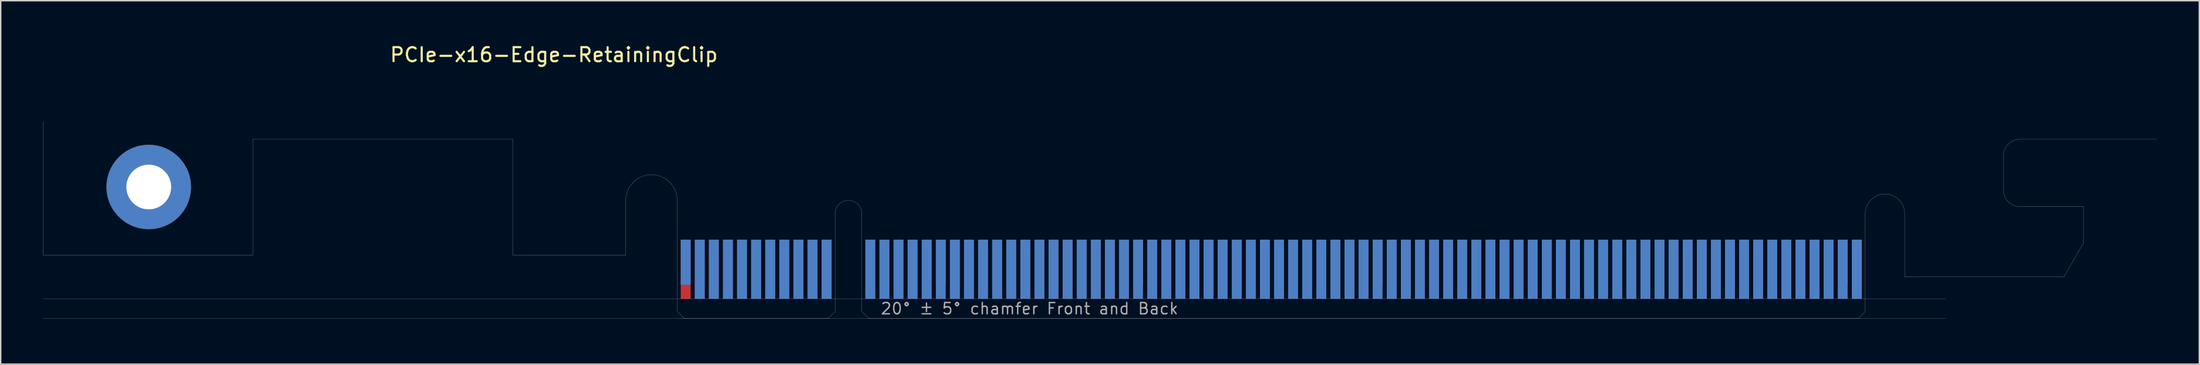
<source format=kicad_pcb>
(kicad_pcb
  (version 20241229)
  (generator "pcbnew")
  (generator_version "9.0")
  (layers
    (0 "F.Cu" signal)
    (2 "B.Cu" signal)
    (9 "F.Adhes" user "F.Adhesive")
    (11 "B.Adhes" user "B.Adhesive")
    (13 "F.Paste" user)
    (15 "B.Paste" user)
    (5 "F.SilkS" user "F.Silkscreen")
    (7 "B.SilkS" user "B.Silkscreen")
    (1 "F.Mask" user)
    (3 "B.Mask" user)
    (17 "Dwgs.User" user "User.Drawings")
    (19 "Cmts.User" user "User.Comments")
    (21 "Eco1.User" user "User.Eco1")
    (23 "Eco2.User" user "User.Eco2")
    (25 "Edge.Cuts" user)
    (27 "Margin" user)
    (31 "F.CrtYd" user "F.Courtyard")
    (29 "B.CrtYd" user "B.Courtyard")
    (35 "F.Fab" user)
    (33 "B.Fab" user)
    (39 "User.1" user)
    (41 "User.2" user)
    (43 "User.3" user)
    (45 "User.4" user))
  (footprint "PCIe-x16-Edge-RetainingClip"
    (layer "F.Cu")
    (at 45.005 19.598)
    (property "Reference" "PCIe-x16-Edge-RetainingClip" (at -8.75 -18.75 0) (layer "F.SilkS") (effects (font (size 1 1) (thickness 0.15))))
    (attr smd)
    (fp_poly (pts (xy -3.65 -4.5) (xy -11.65 -4.5) (xy -11.65 -7.95) (xy -3.65 -7.95)) (stroke (width 0.1) (type solid)) (fill yes) (layer "F.Mask"))
    (fp_poly (pts (xy 11.2 -5.45) (xy 0 -5.45) (xy 0 0) (xy 11.2 0)) (stroke (width 0.1) (type solid)) (fill yes) (layer "F.Mask"))
    (fp_poly (pts (xy 84.3 -5.45) (xy 13.1 -5.45) (xy 13.1 0) (xy 84.3 0)) (stroke (width 0.1) (type solid)) (fill yes) (layer "F.Mask"))
    (fp_poly (pts (xy 99.8 -5.4) (xy 98.4 -2.95) (xy 87.1 -2.95) (xy 87.1 -7.95) (xy 99.8 -7.95)) (stroke (width 0.1) (type solid)) (fill yes) (layer "F.Mask"))
    (fp_poly (pts (xy -3.65 -7.95) (xy -11.65 -7.95) (xy -11.65 -4.5) (xy -3.65 -4.5)) (stroke (width 0.1) (type solid)) (fill yes) (layer "B.Mask"))
    (fp_poly (pts (xy 11.2 0) (xy 0 0) (xy 0 -5.45) (xy 11.2 -5.45)) (stroke (width 0.1) (type solid)) (fill yes) (layer "B.Mask"))
    (fp_poly (pts (xy 84.3 -5.45) (xy 13.1 -5.45) (xy 13.1 0) (xy 84.3 0)) (stroke (width 0.1) (type solid)) (fill yes) (layer "B.Mask"))
    (fp_poly (pts (xy 99.8 -5.4) (xy 98.4 -2.95) (xy 87.1 -2.95) (xy 87.1 -7.95) (xy 99.8 -7.95)) (stroke (width 0.1) (type solid)) (fill yes) (layer "B.Mask"))
    (fp_line (start -45 -4.5) (end -45 -14) (stroke (width 0.01) (type solid)) (layer "Edge.Cuts"))
    (fp_line (start -30.1 -12.75) (end -30.1 -4.5) (stroke (width 0.01) (type solid)) (layer "Edge.Cuts"))
    (fp_line (start -30.1 -4.5) (end -45 -4.5) (stroke (width 0.01) (type solid)) (layer "Edge.Cuts"))
    (fp_line (start -11.65 -12.75) (end -30.1 -12.75) (stroke (width 0.01) (type solid)) (layer "Edge.Cuts"))
    (fp_line (start -11.65 -4.5) (end -11.65 -12.75) (stroke (width 0.01) (type solid)) (layer "Edge.Cuts"))
    (fp_line (start -3.65 -4.5) (end -11.65 -4.5) (stroke (width 0.01) (type solid)) (layer "Edge.Cuts"))
    (fp_line (start -3.65 -4.5) (end -3.65 -8.4) (stroke (width 0.01) (type solid)) (layer "Edge.Cuts"))
    (fp_line (start 0 -0.5) (end 0 -8.4) (stroke (width 0.01) (type solid)) (layer "Edge.Cuts"))
    (fp_line (start 0.5 0) (end 0 -0.5) (stroke (width 0.01) (type solid)) (layer "Edge.Cuts"))
    (fp_line (start 0.5 0) (end 10.7 0) (stroke (width 0.01) (type solid)) (layer "Edge.Cuts"))
    (fp_line (start 10.7 0) (end 11.2 -0.5) (stroke (width 0.01) (type solid)) (layer "Edge.Cuts"))
    (fp_line (start 11.2 -0.5) (end 11.2 -7.45) (stroke (width 0.01) (type solid)) (layer "Edge.Cuts"))
    (fp_line (start 13.1 -0.5) (end 13.1 -7.45) (stroke (width 0.01) (type solid)) (layer "Edge.Cuts"))
    (fp_line (start 13.6 0) (end 13.1 -0.5) (stroke (width 0.01) (type solid)) (layer "Edge.Cuts"))
    (fp_line (start 83.8 0) (end 13.6 0) (stroke (width 0.01) (type solid)) (layer "Edge.Cuts"))
    (fp_line (start 83.8 0) (end 84.3 -0.5) (stroke (width 0.01) (type solid)) (layer "Edge.Cuts"))
    (fp_line (start 84.3 -0.5) (end 84.3 -7.45) (stroke (width 0.01) (type solid)) (layer "Edge.Cuts"))
    (fp_line (start 87.1 -7.45) (end 87.1 -2.95) (stroke (width 0.01) (type solid)) (layer "Edge.Cuts"))
    (fp_line (start 87.1 -2.95) (end 98.4 -2.95) (stroke (width 0.01) (type solid)) (layer "Edge.Cuts"))
    (fp_line (start 94.1 -11.55) (end 94.1 -9.15) (stroke (width 0.01) (type solid)) (layer "Edge.Cuts"))
    (fp_line (start 95.3 -12.75) (end 105 -12.75) (stroke (width 0.01) (type solid)) (layer "Edge.Cuts"))
    (fp_line (start 98.4 -2.95) (end 99.8 -5.4) (stroke (width 0.01) (type solid)) (layer "Edge.Cuts"))
    (fp_line (start 99.8 -7.95) (end 95.3 -7.95) (stroke (width 0.01) (type solid)) (layer "Edge.Cuts"))
    (fp_line (start 99.8 -5.4) (end 99.8 -7.95) (stroke (width 0.01) (type solid)) (layer "Edge.Cuts"))
    (fp_arc (start -3.65 -8.4) (mid -1.825 -10.225) (end 0 -8.4) (stroke (width 0.01) (type solid)) (layer "Edge.Cuts"))
    (fp_arc (start 11.2 -7.45) (mid 12.15 -8.4) (end 13.1 -7.45) (stroke (width 0.01) (type solid)) (layer "Edge.Cuts"))
    (fp_arc (start 84.3 -7.45) (mid 85.7 -8.85) (end 87.1 -7.45) (stroke (width 0.01) (type solid)) (layer "Edge.Cuts"))
    (fp_arc (start 94.1 -11.55) (mid 94.451472 -12.398528) (end 95.3 -12.75) (stroke (width 0.01) (type solid)) (layer "Edge.Cuts"))
    (fp_arc (start 95.3 -7.95) (mid 94.451472 -8.301472) (end 94.1 -9.15) (stroke (width 0.01) (type solid)) (layer "Edge.Cuts"))
    (fp_line (start -45 -1.4) (end 90 -1.4) (stroke (width 0.01) (type solid)) (layer "F.Fab"))
    (fp_line (start -45 0) (end 90 0) (stroke (width 0.01) (type solid)) (layer "F.Fab"))
    (fp_text user "20° ± 5° chamfer Front and Back" (at 25 -0.7 0) (layer "F.Fab") (effects (font (size 0.8 0.8) (thickness 0.1))))
    (pad "A1" smd rect (at 0.6 -4) (size 0.7 3.2) (layers "B.Cu"))
    (pad "A2" smd rect (at 1.6 -3.5) (size 0.7 4.2) (layers "B.Cu"))
    (pad "A3" smd rect (at 2.6 -3.5) (size 0.7 4.2) (layers "B.Cu"))
    (pad "A4" smd rect (at 3.6 -3.5) (size 0.7 4.2) (layers "B.Cu"))
    (pad "A5" smd rect (at 4.6 -3.5) (size 0.7 4.2) (layers "B.Cu"))
    (pad "A6" smd rect (at 5.6 -3.5) (size 0.7 4.2) (layers "B.Cu"))
    (pad "A7" smd rect (at 6.6 -3.5) (size 0.7 4.2) (layers "B.Cu"))
    (pad "A8" smd rect (at 7.6 -3.5) (size 0.7 4.2) (layers "B.Cu"))
    (pad "A9" smd rect (at 8.6 -3.5) (size 0.7 4.2) (layers "B.Cu"))
    (pad "A10" smd rect (at 9.6 -3.5) (size 0.7 4.2) (layers "B.Cu"))
    (pad "A11" smd rect (at 10.6 -3.5) (size 0.7 4.2) (layers "B.Cu"))
    (pad "A12" smd rect (at 13.7 -3.5) (size 0.7 4.2) (layers "B.Cu"))
    (pad "A13" smd rect (at 14.7 -3.5) (size 0.7 4.2) (layers "B.Cu"))
    (pad "A14" smd rect (at 15.7 -3.5) (size 0.7 4.2) (layers "B.Cu"))
    (pad "A15" smd rect (at 16.7 -3.5) (size 0.7 4.2) (layers "B.Cu"))
    (pad "A16" smd rect (at 17.7 -3.5) (size 0.7 4.2) (layers "B.Cu"))
    (pad "A17" smd rect (at 18.7 -3.5) (size 0.7 4.2) (layers "B.Cu"))
    (pad "A18" smd rect (at 19.7 -3.5) (size 0.7 4.2) (layers "B.Cu"))
    (pad "A19" smd rect (at 20.7 -3.5) (size 0.7 4.2) (layers "B.Cu"))
    (pad "A20" smd rect (at 21.7 -3.5) (size 0.7 4.2) (layers "B.Cu"))
    (pad "A21" smd rect (at 22.7 -3.5) (size 0.7 4.2) (layers "B.Cu"))
    (pad "A22" smd rect (at 23.7 -3.5) (size 0.7 4.2) (layers "B.Cu"))
    (pad "A23" smd rect (at 24.7 -3.5) (size 0.7 4.2) (layers "B.Cu"))
    (pad "A24" smd rect (at 25.7 -3.5) (size 0.7 4.2) (layers "B.Cu"))
    (pad "A25" smd rect (at 26.7 -3.5) (size 0.7 4.2) (layers "B.Cu"))
    (pad "A26" smd rect (at 27.7 -3.5) (size 0.7 4.2) (layers "B.Cu"))
    (pad "A27" smd rect (at 28.7 -3.5) (size 0.7 4.2) (layers "B.Cu"))
    (pad "A28" smd rect (at 29.7 -3.5) (size 0.7 4.2) (layers "B.Cu"))
    (pad "A29" smd rect (at 30.7 -3.5) (size 0.7 4.2) (layers "B.Cu"))
    (pad "A30" smd rect (at 31.7 -3.5) (size 0.7 4.2) (layers "B.Cu"))
    (pad "A31" smd rect (at 32.7 -3.5) (size 0.7 4.2) (layers "B.Cu"))
    (pad "A32" smd rect (at 33.7 -3.5) (size 0.7 4.2) (layers "B.Cu"))
    (pad "A33" smd rect (at 34.7 -3.5) (size 0.7 4.2) (layers "B.Cu"))
    (pad "A34" smd rect (at 35.7 -3.5) (size 0.7 4.2) (layers "B.Cu"))
    (pad "A35" smd rect (at 36.7 -3.5) (size 0.7 4.2) (layers "B.Cu"))
    (pad "A36" smd rect (at 37.7 -3.5) (size 0.7 4.2) (layers "B.Cu"))
    (pad "A37" smd rect (at 38.7 -3.5) (size 0.7 4.2) (layers "B.Cu"))
    (pad "A38" smd rect (at 39.7 -3.5) (size 0.7 4.2) (layers "B.Cu"))
    (pad "A39" smd rect (at 40.7 -3.5) (size 0.7 4.2) (layers "B.Cu"))
    (pad "A40" smd rect (at 41.7 -3.5) (size 0.7 4.2) (layers "B.Cu"))
    (pad "A41" smd rect (at 42.7 -3.5) (size 0.7 4.2) (layers "B.Cu"))
    (pad "A42" smd rect (at 43.7 -3.5) (size 0.7 4.2) (layers "B.Cu"))
    (pad "A43" smd rect (at 44.7 -3.5) (size 0.7 4.2) (layers "B.Cu"))
    (pad "A44" smd rect (at 45.7 -3.5) (size 0.7 4.2) (layers "B.Cu"))
    (pad "A45" smd rect (at 46.7 -3.5) (size 0.7 4.2) (layers "B.Cu"))
    (pad "A46" smd rect (at 47.7 -3.5) (size 0.7 4.2) (layers "B.Cu"))
    (pad "A47" smd rect (at 48.7 -3.5) (size 0.7 4.2) (layers "B.Cu"))
    (pad "A48" smd rect (at 49.7 -3.5) (size 0.7 4.2) (layers "B.Cu"))
    (pad "A49" smd rect (at 50.7 -3.5) (size 0.7 4.2) (layers "B.Cu"))
    (pad "A50" smd rect (at 51.7 -3.5) (size 0.7 4.2) (layers "B.Cu"))
    (pad "A51" smd rect (at 52.7 -3.5) (size 0.7 4.2) (layers "B.Cu"))
    (pad "A52" smd rect (at 53.7 -3.5) (size 0.7 4.2) (layers "B.Cu"))
    (pad "A53" smd rect (at 54.7 -3.5) (size 0.7 4.2) (layers "B.Cu"))
    (pad "A54" smd rect (at 55.7 -3.5) (size 0.7 4.2) (layers "B.Cu"))
    (pad "A55" smd rect (at 56.7 -3.5) (size 0.7 4.2) (layers "B.Cu"))
    (pad "A56" smd rect (at 57.7 -3.5) (size 0.7 4.2) (layers "B.Cu"))
    (pad "A57" smd rect (at 58.7 -3.5) (size 0.7 4.2) (layers "B.Cu"))
    (pad "A58" smd rect (at 59.7 -3.5) (size 0.7 4.2) (layers "B.Cu"))
    (pad "A59" smd rect (at 60.7 -3.5) (size 0.7 4.2) (layers "B.Cu"))
    (pad "A60" smd rect (at 61.7 -3.5) (size 0.7 4.2) (layers "B.Cu"))
    (pad "A61" smd rect (at 62.7 -3.5) (size 0.7 4.2) (layers "B.Cu"))
    (pad "A62" smd rect (at 63.7 -3.5) (size 0.7 4.2) (layers "B.Cu"))
    (pad "A63" smd rect (at 64.7 -3.5) (size 0.7 4.2) (layers "B.Cu"))
    (pad "A64" smd rect (at 65.7 -3.5) (size 0.7 4.2) (layers "B.Cu"))
    (pad "A65" smd rect (at 66.7 -3.5) (size 0.7 4.2) (layers "B.Cu"))
    (pad "A66" smd rect (at 67.7 -3.5) (size 0.7 4.2) (layers "B.Cu"))
    (pad "A67" smd rect (at 68.7 -3.5) (size 0.7 4.2) (layers "B.Cu"))
    (pad "A68" smd rect (at 69.7 -3.5) (size 0.7 4.2) (layers "B.Cu"))
    (pad "A69" smd rect (at 70.7 -3.5) (size 0.7 4.2) (layers "B.Cu"))
    (pad "A70" smd rect (at 71.7 -3.5) (size 0.7 4.2) (layers "B.Cu"))
    (pad "A71" smd rect (at 72.7 -3.5) (size 0.7 4.2) (layers "B.Cu"))
    (pad "A72" smd rect (at 73.7 -3.5) (size 0.7 4.2) (layers "B.Cu"))
    (pad "A73" smd rect (at 74.7 -3.5) (size 0.7 4.2) (layers "B.Cu"))
    (pad "A74" smd rect (at 75.7 -3.5) (size 0.7 4.2) (layers "B.Cu"))
    (pad "A75" smd rect (at 76.7 -3.5) (size 0.7 4.2) (layers "B.Cu"))
    (pad "A76" smd rect (at 77.7 -3.5) (size 0.7 4.2) (layers "B.Cu"))
    (pad "A77" smd rect (at 78.7 -3.5) (size 0.7 4.2) (layers "B.Cu"))
    (pad "A78" smd rect (at 79.7 -3.5) (size 0.7 4.2) (layers "B.Cu"))
    (pad "A79" smd rect (at 80.7 -3.5) (size 0.7 4.2) (layers "B.Cu"))
    (pad "A80" smd rect (at 81.7 -3.5) (size 0.7 4.2) (layers "B.Cu"))
    (pad "A81" smd rect (at 82.7 -3.5) (size 0.7 4.2) (layers "B.Cu"))
    (pad "A82" smd rect (at 83.7 -3.5) (size 0.7 4.2) (layers "B.Cu"))
    (pad "B1" smd rect (at 0.6 -3.5) (size 0.7 4.2) (layers "F.Cu"))
    (pad "B2" smd rect (at 1.6 -3.5) (size 0.7 4.2) (layers "F.Cu"))
    (pad "B3" smd rect (at 2.6 -3.5) (size 0.7 4.2) (layers "F.Cu"))
    (pad "B4" smd rect (at 3.6 -3.5) (size 0.7 4.2) (layers "F.Cu"))
    (pad "B5" smd rect (at 4.6 -3.5) (size 0.7 4.2) (layers "F.Cu"))
    (pad "B6" smd rect (at 5.6 -3.5) (size 0.7 4.2) (layers "F.Cu"))
    (pad "B7" smd rect (at 6.6 -3.5) (size 0.7 4.2) (layers "F.Cu"))
    (pad "B8" smd rect (at 7.6 -3.5) (size 0.7 4.2) (layers "F.Cu"))
    (pad "B9" smd rect (at 8.6 -3.5) (size 0.7 4.2) (layers "F.Cu"))
    (pad "B10" smd rect (at 9.6 -3.5) (size 0.7 4.2) (layers "F.Cu"))
    (pad "B11" smd rect (at 10.6 -3.5) (size 0.7 4.2) (layers "F.Cu"))
    (pad "B12" smd rect (at 13.7 -3.5) (size 0.7 4.2) (layers "F.Cu"))
    (pad "B13" smd rect (at 14.7 -3.5) (size 0.7 4.2) (layers "F.Cu"))
    (pad "B14" smd rect (at 15.7 -3.5) (size 0.7 4.2) (layers "F.Cu"))
    (pad "B15" smd rect (at 16.7 -3.5) (size 0.7 4.2) (layers "F.Cu"))
    (pad "B16" smd rect (at 17.7 -3.5) (size 0.7 4.2) (layers "F.Cu"))
    (pad "B17" smd rect (at 18.7 -4) (size 0.7 3.2) (layers "F.Cu"))
    (pad "B18" smd rect (at 19.7 -3.5) (size 0.7 4.2) (layers "F.Cu"))
    (pad "B19" smd rect (at 20.7 -3.5) (size 0.7 4.2) (layers "F.Cu"))
    (pad "B20" smd rect (at 21.7 -3.5) (size 0.7 4.2) (layers "F.Cu"))
    (pad "B21" smd rect (at 22.7 -3.5) (size 0.7 4.2) (layers "F.Cu"))
    (pad "B22" smd rect (at 23.7 -3.5) (size 0.7 4.2) (layers "F.Cu"))
    (pad "B23" smd rect (at 24.7 -3.5) (size 0.7 4.2) (layers "F.Cu"))
    (pad "B24" smd rect (at 25.7 -3.5) (size 0.7 4.2) (layers "F.Cu"))
    (pad "B25" smd rect (at 26.7 -3.5) (size 0.7 4.2) (layers "F.Cu"))
    (pad "B26" smd rect (at 27.7 -3.5) (size 0.7 4.2) (layers "F.Cu"))
    (pad "B27" smd rect (at 28.7 -3.5) (size 0.7 4.2) (layers "F.Cu"))
    (pad "B28" smd rect (at 29.7 -3.5) (size 0.7 4.2) (layers "F.Cu"))
    (pad "B29" smd rect (at 30.7 -3.5) (size 0.7 4.2) (layers "F.Cu"))
    (pad "B30" smd rect (at 31.7 -3.5) (size 0.7 4.2) (layers "F.Cu"))
    (pad "B31" smd rect (at 32.7 -4) (size 0.7 3.2) (layers "F.Cu"))
    (pad "B32" smd rect (at 33.7 -3.5) (size 0.7 4.2) (layers "F.Cu"))
    (pad "B33" smd rect (at 34.7 -3.5) (size 0.7 4.2) (layers "F.Cu"))
    (pad "B34" smd rect (at 35.7 -3.5) (size 0.7 4.2) (layers "F.Cu"))
    (pad "B35" smd rect (at 36.7 -3.5) (size 0.7 4.2) (layers "F.Cu"))
    (pad "B36" smd rect (at 37.7 -3.5) (size 0.7 4.2) (layers "F.Cu"))
    (pad "B37" smd rect (at 38.7 -3.5) (size 0.7 4.2) (layers "F.Cu"))
    (pad "B38" smd rect (at 39.7 -3.5) (size 0.7 4.2) (layers "F.Cu"))
    (pad "B39" smd rect (at 40.7 -3.5) (size 0.7 4.2) (layers "F.Cu"))
    (pad "B40" smd rect (at 41.7 -3.5) (size 0.7 4.2) (layers "F.Cu"))
    (pad "B41" smd rect (at 42.7 -3.5) (size 0.7 4.2) (layers "F.Cu"))
    (pad "B42" smd rect (at 43.7 -3.5) (size 0.7 4.2) (layers "F.Cu"))
    (pad "B43" smd rect (at 44.7 -3.5) (size 0.7 4.2) (layers "F.Cu"))
    (pad "B44" smd rect (at 45.7 -3.5) (size 0.7 4.2) (layers "F.Cu"))
    (pad "B45" smd rect (at 46.7 -3.5) (size 0.7 4.2) (layers "F.Cu"))
    (pad "B46" smd rect (at 47.7 -3.5) (size 0.7 4.2) (layers "F.Cu"))
    (pad "B47" smd rect (at 48.7 -3.5) (size 0.7 4.2) (layers "F.Cu"))
    (pad "B48" smd rect (at 49.7 -4) (size 0.7 3.2) (layers "F.Cu"))
    (pad "B49" smd rect (at 50.7 -3.5) (size 0.7 4.2) (layers "F.Cu"))
    (pad "B50" smd rect (at 51.7 -3.5) (size 0.7 4.2) (layers "F.Cu"))
    (pad "B51" smd rect (at 52.7 -3.5) (size 0.7 4.2) (layers "F.Cu"))
    (pad "B52" smd rect (at 53.7 -3.5) (size 0.7 4.2) (layers "F.Cu"))
    (pad "B53" smd rect (at 54.7 -3.5) (size 0.7 4.2) (layers "F.Cu"))
    (pad "B54" smd rect (at 55.7 -3.5) (size 0.7 4.2) (layers "F.Cu"))
    (pad "B55" smd rect (at 56.7 -3.5) (size 0.7 4.2) (layers "F.Cu"))
    (pad "B56" smd rect (at 57.7 -3.5) (size 0.7 4.2) (layers "F.Cu"))
    (pad "B57" smd rect (at 58.7 -3.5) (size 0.7 4.2) (layers "F.Cu"))
    (pad "B58" smd rect (at 59.7 -3.5) (size 0.7 4.2) (layers "F.Cu"))
    (pad "B59" smd rect (at 60.7 -3.5) (size 0.7 4.2) (layers "F.Cu"))
    (pad "B60" smd rect (at 61.7 -3.5) (size 0.7 4.2) (layers "F.Cu"))
    (pad "B61" smd rect (at 62.7 -3.5) (size 0.7 4.2) (layers "F.Cu"))
    (pad "B62" smd rect (at 63.7 -3.5) (size 0.7 4.2) (layers "F.Cu"))
    (pad "B63" smd rect (at 64.7 -3.5) (size 0.7 4.2) (layers "F.Cu"))
    (pad "B64" smd rect (at 65.7 -3.5) (size 0.7 4.2) (layers "F.Cu"))
    (pad "B65" smd rect (at 66.7 -3.5) (size 0.7 4.2) (layers "F.Cu"))
    (pad "B66" smd rect (at 67.7 -3.5) (size 0.7 4.2) (layers "F.Cu"))
    (pad "B67" smd rect (at 68.7 -3.5) (size 0.7 4.2) (layers "F.Cu"))
    (pad "B68" smd rect (at 69.7 -3.5) (size 0.7 4.2) (layers "F.Cu"))
    (pad "B69" smd rect (at 70.7 -3.5) (size 0.7 4.2) (layers "F.Cu"))
    (pad "B70" smd rect (at 71.7 -3.5) (size 0.7 4.2) (layers "F.Cu"))
    (pad "B71" smd rect (at 72.7 -3.5) (size 0.7 4.2) (layers "F.Cu"))
    (pad "B72" smd rect (at 73.7 -3.5) (size 0.7 4.2) (layers "F.Cu"))
    (pad "B73" smd rect (at 74.7 -3.5) (size 0.7 4.2) (layers "F.Cu"))
    (pad "B74" smd rect (at 75.7 -3.5) (size 0.7 4.2) (layers "F.Cu"))
    (pad "B75" smd rect (at 76.7 -3.5) (size 0.7 4.2) (layers "F.Cu"))
    (pad "B76" smd rect (at 77.7 -3.5) (size 0.7 4.2) (layers "F.Cu"))
    (pad "B77" smd rect (at 78.7 -3.5) (size 0.7 4.2) (layers "F.Cu"))
    (pad "B78" smd rect (at 79.7 -3.5) (size 0.7 4.2) (layers "F.Cu"))
    (pad "B79" smd rect (at 80.7 -3.5) (size 0.7 4.2) (layers "F.Cu"))
    (pad "B80" smd rect (at 81.7 -3.5) (size 0.7 4.2) (layers "F.Cu"))
    (pad "B81" smd rect (at 82.7 -4) (size 0.7 3.2) (layers "F.Cu"))
    (pad "B82" smd rect (at 83.7 -3.5) (size 0.7 4.2) (layers "F.Cu"))
    (pad "G1" thru_hole circle (at -37.5 -9.35) (size 6 6) (drill 3.18) (layers "*.Cu" "*.Mask")))
  (gr_rect
    (start -3 -3)
    (end 153.01 22.848)
    (stroke (width 0.1) (type default))
    (fill no)
    (layer "Edge.Cuts")))
</source>
